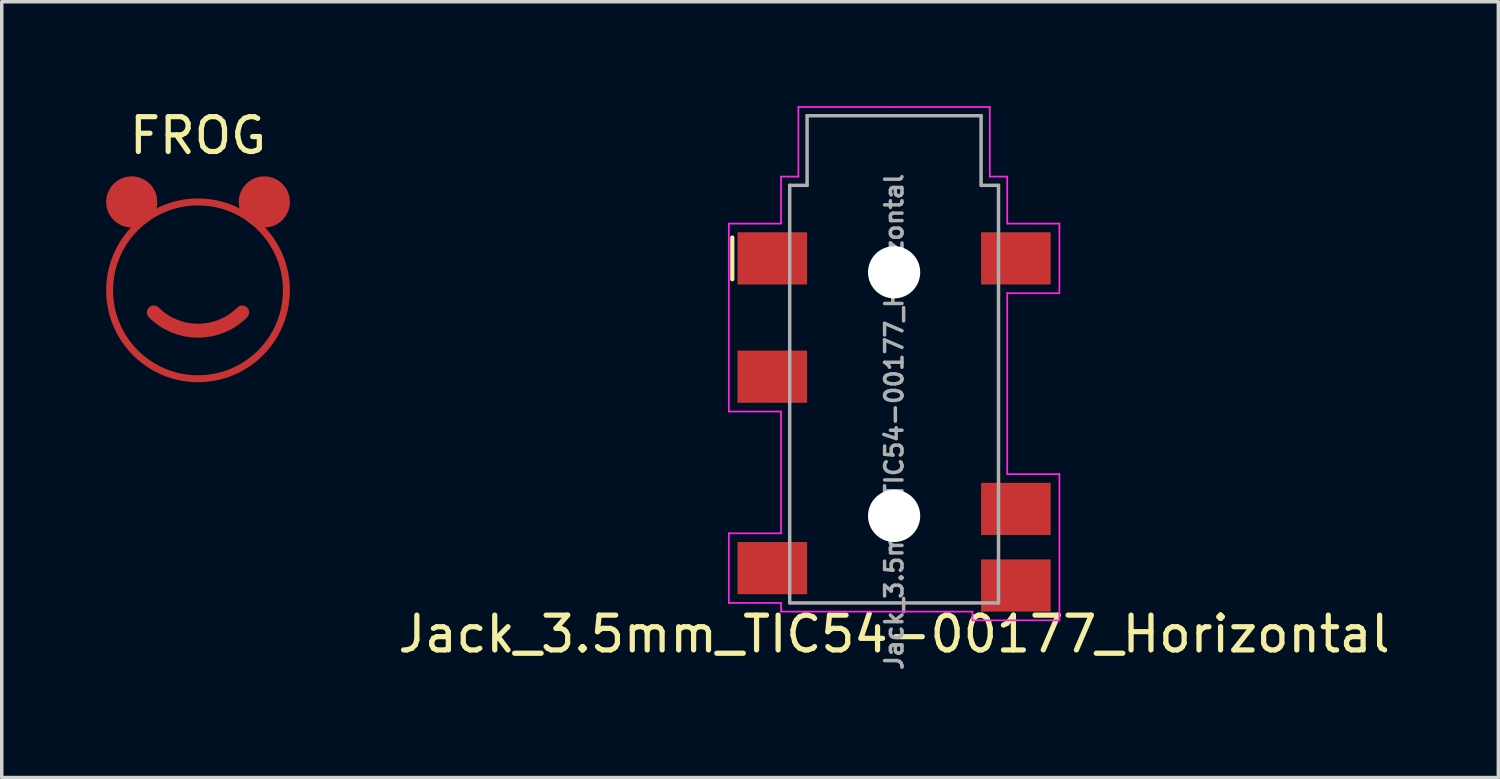
<source format=kicad_pcb>
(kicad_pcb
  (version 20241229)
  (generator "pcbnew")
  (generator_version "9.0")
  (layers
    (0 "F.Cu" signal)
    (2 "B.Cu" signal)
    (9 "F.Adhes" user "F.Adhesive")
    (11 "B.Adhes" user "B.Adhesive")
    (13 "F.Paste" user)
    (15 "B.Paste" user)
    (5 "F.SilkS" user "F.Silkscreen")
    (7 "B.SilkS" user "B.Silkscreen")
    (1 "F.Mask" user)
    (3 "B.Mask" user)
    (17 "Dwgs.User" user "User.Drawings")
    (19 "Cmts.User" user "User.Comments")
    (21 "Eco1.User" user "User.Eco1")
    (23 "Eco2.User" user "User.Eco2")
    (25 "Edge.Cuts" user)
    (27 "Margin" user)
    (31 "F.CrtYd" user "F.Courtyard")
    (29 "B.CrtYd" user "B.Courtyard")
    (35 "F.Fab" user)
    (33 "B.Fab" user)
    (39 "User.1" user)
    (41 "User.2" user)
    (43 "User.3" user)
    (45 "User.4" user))
  (footprint "FROG"
    (layer "F.Cu")
    (at 2.64 5.293)
    (property "Reference" "FROG" (at 0 -4.445 0) (unlocked yes) (layer "F.SilkS") (effects (font (size 1 1) (thickness 0.15))))
    (attr smd)
    (fp_arc (start 1.27 0.635) (mid 0 1.161051) (end -1.27 0.635) (stroke (width 0.4) (type solid)) (layer "F.Cu"))
    (fp_circle (center -1.905 -2.54) (end -1.27 -2.54) (stroke (width 0.2) (type solid)) (fill yes) (layer "F.Cu"))
    (fp_circle (center 0 0) (end 2.54 0) (stroke (width 0.2) (type solid)) (fill no) (layer "F.Cu"))
    (fp_circle (center 1.905 -2.54) (end 2.54 -2.54) (stroke (width 0.2) (type solid)) (fill yes) (layer "F.Cu"))
    (fp_arc (start 1.27 0.635) (mid 0 1.161051) (end -1.27 0.635) (stroke (width 0.4) (type solid)) (layer "F.Mask"))
    (fp_circle (center -1.905 -2.54) (end -1.27 -2.54) (stroke (width 0.2) (type solid)) (fill no) (layer "F.Mask"))
    (fp_circle (center -1.778 -2.667) (end -1.651 -2.667) (stroke (width 0.12) (type solid)) (fill yes) (layer "F.Mask"))
    (fp_circle (center 0 0) (end 2.54 0) (stroke (width 0.2) (type solid)) (fill no) (layer "F.Mask"))
    (fp_circle (center 1.905 -2.54) (end 2.54 -2.54) (stroke (width 0.2) (type solid)) (fill no) (layer "F.Mask"))
    (fp_circle (center 2.032 -2.667) (end 2.159 -2.667) (stroke (width 0.12) (type solid)) (fill yes) (layer "F.Mask")))
  (footprint "Jack_3.5mm_TIC54-00177_Horizontal"
    (layer "F.Cu")
    (at 22.643 9.075)
    (property "Reference" "Jack_3.5mm_TIC54-00177_Horizontal" (at 0 6.096 180) (layer "F.SilkS") (effects (font (size 1 1) (thickness 0.15))))
    (attr smd)
    (fp_line (start -4.65 -5.3) (end -4.65 -4.1) (stroke (width 0.12) (type default)) (layer "F.SilkS"))
    (fp_line (start -4.75 -5.7) (end -4.75 -0.3) (stroke (width 0.05) (type default)) (layer "F.CrtYd"))
    (fp_line (start -4.75 -0.3) (end -3.25 -0.3) (stroke (width 0.05) (type default)) (layer "F.CrtYd"))
    (fp_line (start -4.75 3.2) (end -4.75 5.2) (stroke (width 0.05) (type default)) (layer "F.CrtYd"))
    (fp_line (start -4.75 5.2) (end -3.25 5.2) (stroke (width 0.05) (type default)) (layer "F.CrtYd"))
    (fp_line (start -3.25 -7.05) (end -3.25 -5.7) (stroke (width 0.05) (type default)) (layer "F.CrtYd"))
    (fp_line (start -3.25 -5.7) (end -4.75 -5.7) (stroke (width 0.05) (type default)) (layer "F.CrtYd"))
    (fp_line (start -3.25 -0.3) (end -3.25 3.2) (stroke (width 0.05) (type default)) (layer "F.CrtYd"))
    (fp_line (start -3.25 3.2) (end -4.75 3.2) (stroke (width 0.05) (type default)) (layer "F.CrtYd"))
    (fp_line (start -3.25 5.2) (end -3.25 5.45) (stroke (width 0.05) (type default)) (layer "F.CrtYd"))
    (fp_line (start -3.25 5.45) (end 0 5.45) (stroke (width 0.05) (type default)) (layer "F.CrtYd"))
    (fp_line (start -2.75 -9.05) (end -2.75 -7.05) (stroke (width 0.05) (type default)) (layer "F.CrtYd"))
    (fp_line (start -2.75 -7.05) (end -3.25 -7.05) (stroke (width 0.05) (type default)) (layer "F.CrtYd"))
    (fp_line (start 0 -9.05) (end -2.75 -9.05) (stroke (width 0.05) (type default)) (layer "F.CrtYd"))
    (fp_line (start 0 -9.05) (end 2.75 -9.05) (stroke (width 0.05) (type default)) (layer "F.CrtYd"))
    (fp_line (start 2.25 5.45) (end 0 5.45) (stroke (width 0.05) (type default)) (layer "F.CrtYd"))
    (fp_line (start 2.25 5.7) (end 2.25 5.45) (stroke (width 0.05) (type default)) (layer "F.CrtYd"))
    (fp_line (start 2.75 -9.05) (end 2.75 -7.05) (stroke (width 0.05) (type default)) (layer "F.CrtYd"))
    (fp_line (start 2.75 -7.05) (end 3.25 -7.05) (stroke (width 0.05) (type default)) (layer "F.CrtYd"))
    (fp_line (start 3.25 -7.05) (end 3.25 -5.7) (stroke (width 0.05) (type default)) (layer "F.CrtYd"))
    (fp_line (start 3.25 -5.7) (end 4.75 -5.7) (stroke (width 0.05) (type default)) (layer "F.CrtYd"))
    (fp_line (start 3.25 -3.7) (end 3.25 1.5) (stroke (width 0.05) (type default)) (layer "F.CrtYd"))
    (fp_line (start 3.25 1.5) (end 4.75 1.5) (stroke (width 0.05) (type default)) (layer "F.CrtYd"))
    (fp_line (start 4.75 -5.7) (end 4.75 -3.7) (stroke (width 0.05) (type default)) (layer "F.CrtYd"))
    (fp_line (start 4.75 -3.7) (end 3.25 -3.7) (stroke (width 0.05) (type default)) (layer "F.CrtYd"))
    (fp_line (start 4.75 1.5) (end 4.75 5.7) (stroke (width 0.05) (type default)) (layer "F.CrtYd"))
    (fp_line (start 4.75 5.7) (end 2.25 5.7) (stroke (width 0.05) (type default)) (layer "F.CrtYd"))
    (fp_line (start -3 -6.8) (end -3 5.2) (stroke (width 0.1) (type solid)) (layer "F.Fab"))
    (fp_line (start -3 5.2) (end 3 5.2) (stroke (width 0.1) (type solid)) (layer "F.Fab"))
    (fp_line (start -2.5 -8.8) (end -2.5 -6.8) (stroke (width 0.1) (type solid)) (layer "F.Fab"))
    (fp_line (start -2.5 -6.8) (end -3 -6.8) (stroke (width 0.1) (type solid)) (layer "F.Fab"))
    (fp_line (start 2.5 -8.8) (end -2.5 -8.8) (stroke (width 0.1) (type solid)) (layer "F.Fab"))
    (fp_line (start 2.5 -6.8) (end 2.5 -8.8) (stroke (width 0.1) (type solid)) (layer "F.Fab"))
    (fp_line (start 3 -6.8) (end 2.5 -6.8) (stroke (width 0.1) (type solid)) (layer "F.Fab"))
    (fp_line (start 3 5.2) (end 3 -6.8) (stroke (width 0.1) (type solid)) (layer "F.Fab"))
    (fp_text user "${REFERENCE}" (at 0 0 270) (layer "F.Fab") (effects (font (size 0.5 0.5) (thickness 0.1) (bold yes))))
    (pad "" np_thru_hole circle (at 0 -4.3) (size 1.5 1.5) (drill 1.5) (layers "*.Cu" "*.Mask"))
    (pad "" np_thru_hole circle (at 0 2.7) (size 1.5 1.5) (drill 1.5) (layers "*.Cu" "*.Mask"))
    (pad "NC" smd rect (at -3.5 4.2) (size 2 1.5) (layers "F.Cu" "F.Mask" "F.Paste"))
    (pad "NC" smd rect (at 3.5 4.7) (size 2 1.5) (layers "F.Cu" "F.Mask" "F.Paste"))
    (pad "R1" smd rect (at 3.5 -4.7) (size 2 1.5) (layers "F.Cu" "F.Mask" "F.Paste"))
    (pad "R2" smd rect (at -3.5 -1.3) (size 2 1.5) (layers "F.Cu" "F.Mask" "F.Paste"))
    (pad "S" smd rect (at -3.5 -4.7) (size 2 1.5) (layers "F.Cu" "F.Mask" "F.Paste"))
    (pad "T" smd rect (at 3.5 2.5) (size 2 1.5) (layers "F.Cu" "F.Mask" "F.Paste")))
  (gr_rect
    (start -3 -3)
    (end 40.006 19.294)
    (stroke (width 0.1) (type default))
    (fill no)
    (layer "Edge.Cuts")))
</source>
